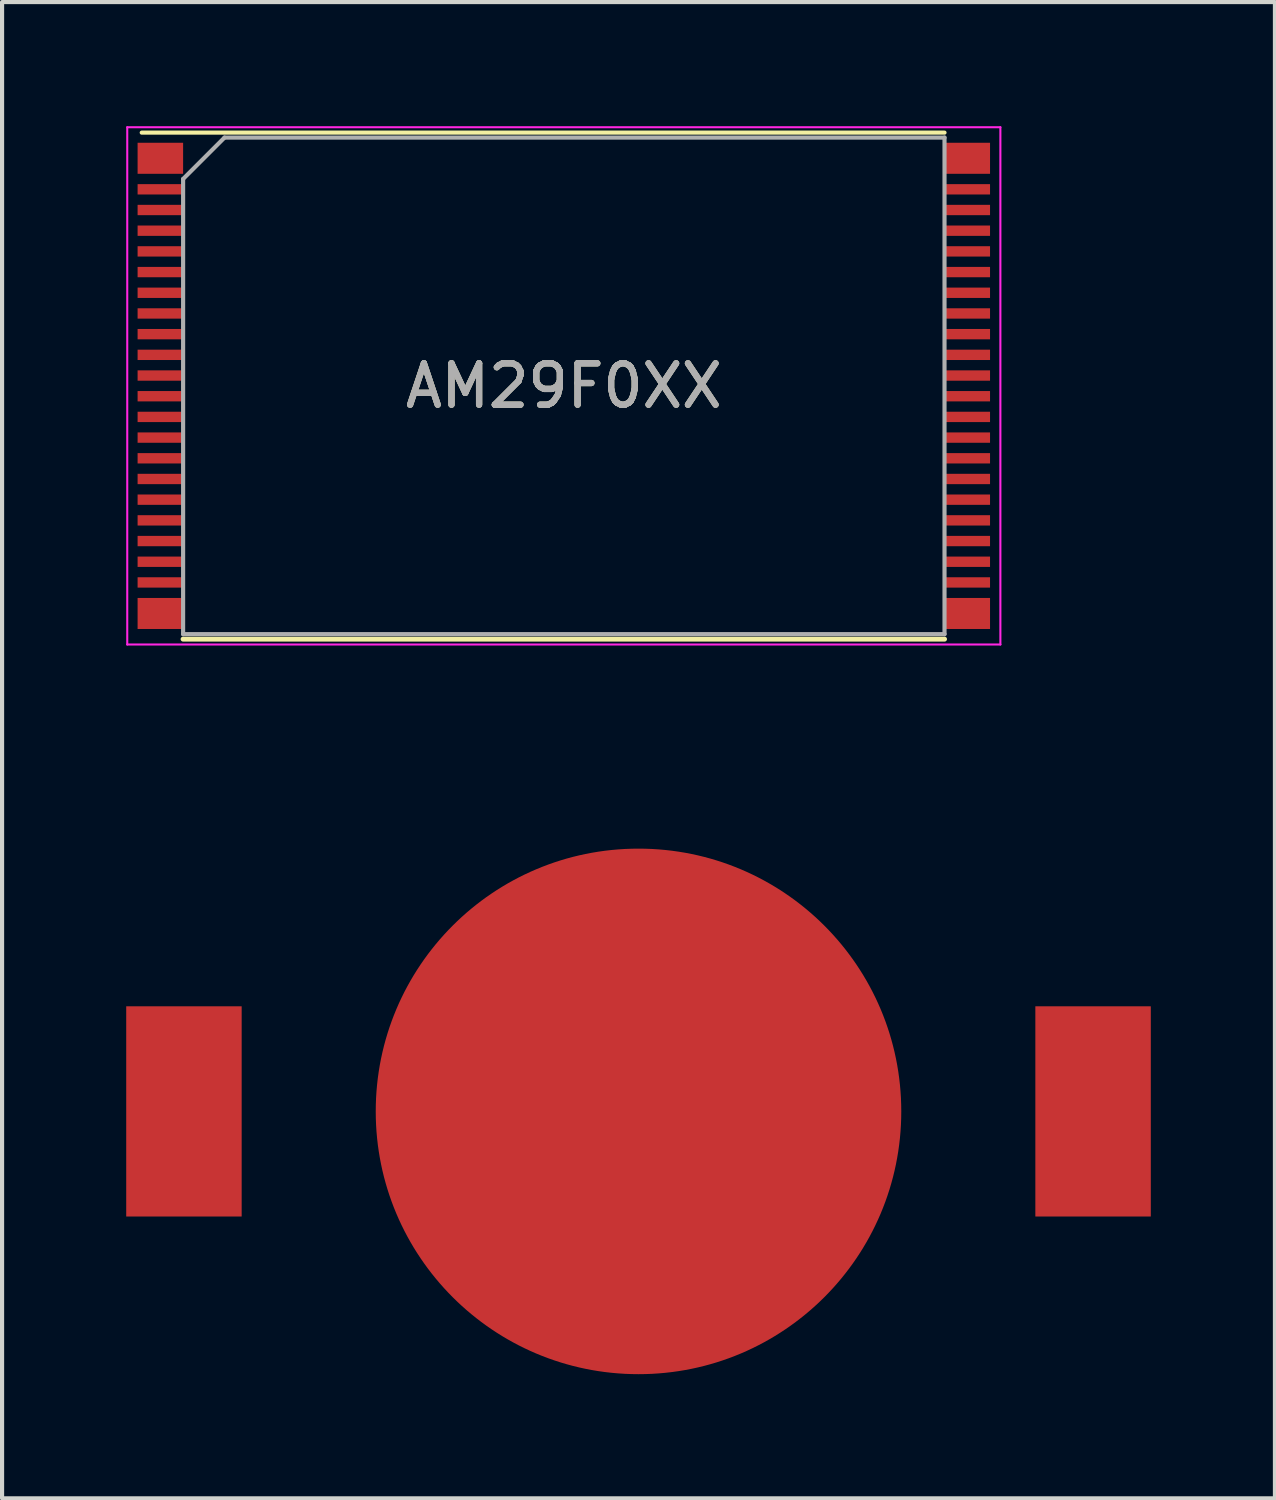
<source format=kicad_pcb>
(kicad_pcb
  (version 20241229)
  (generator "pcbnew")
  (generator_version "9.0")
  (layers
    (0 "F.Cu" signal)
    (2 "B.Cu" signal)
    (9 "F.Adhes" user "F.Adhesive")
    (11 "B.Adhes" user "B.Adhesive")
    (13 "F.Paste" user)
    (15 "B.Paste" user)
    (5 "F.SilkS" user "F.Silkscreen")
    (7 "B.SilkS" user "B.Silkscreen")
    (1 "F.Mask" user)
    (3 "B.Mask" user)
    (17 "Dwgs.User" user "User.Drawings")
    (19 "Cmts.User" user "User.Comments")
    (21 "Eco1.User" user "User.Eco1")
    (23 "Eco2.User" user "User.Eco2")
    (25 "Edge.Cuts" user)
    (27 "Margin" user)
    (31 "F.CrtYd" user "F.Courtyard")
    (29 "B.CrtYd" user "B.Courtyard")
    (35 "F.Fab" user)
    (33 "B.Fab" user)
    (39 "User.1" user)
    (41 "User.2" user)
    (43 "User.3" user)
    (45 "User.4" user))
  (footprint "AM29F0XX"
    (layer "F.Cu")
    (at 10.575 6.275)
    (property "Reference" "AM29F0XX" (at 0 -0.00028 180) (layer "F.SilkS") (effects (font (size 1 1) (thickness 0.15))))
    (attr smd)
    (fp_line (start -9.2 6.12) (end 9.2 6.12) (stroke (width 0.12) (type solid)) (layer "F.SilkS"))
    (fp_line (start 9.2 -6.12) (end -10.2 -6.12) (stroke (width 0.1) (type solid)) (layer "F.SilkS"))
    (fp_line (start -10.55 -6.25) (end 10.55 -6.25) (stroke (width 0.05) (type solid)) (layer "F.CrtYd"))
    (fp_line (start -10.55 6.25) (end -10.55 -6.25) (stroke (width 0.05) (type solid)) (layer "F.CrtYd"))
    (fp_line (start 10.55 -6.25) (end 10.55 6.25) (stroke (width 0.05) (type solid)) (layer "F.CrtYd"))
    (fp_line (start 10.55 6.25) (end -10.55 6.25) (stroke (width 0.05) (type solid)) (layer "F.CrtYd"))
    (fp_line (start -9.2 6) (end -9.2 -5) (stroke (width 0.1) (type solid)) (layer "F.Fab"))
    (fp_line (start -8.2 -6) (end -9.2 -5) (stroke (width 0.1) (type solid)) (layer "F.Fab"))
    (fp_line (start -8.2 -6) (end 9.2 -6) (stroke (width 0.1) (type solid)) (layer "F.Fab"))
    (fp_line (start 9.2 -6) (end 9.2 6) (stroke (width 0.1) (type solid)) (layer "F.Fab"))
    (fp_line (start 9.2 6) (end -9.2 6) (stroke (width 0.1) (type solid)) (layer "F.Fab"))
    (fp_text user "${REFERENCE}" (at 0 0 180) (layer "F.Fab") (effects (font (size 1 1) (thickness 0.15))))
    (fp_text user "AM29F0XX" (at 0 0 180) (layer "F.Fab") (effects (font (size 1 1) (thickness 0.15))))
    (pad "1 | 2" smd rect (at -9.75 -5.5) (size 1.1 0.75) (layers "F.Cu" "F.Mask" "F.Paste"))
    (pad "3" smd rect (at -9.75 -4.75) (size 1.1 0.25) (layers "F.Cu" "F.Mask" "F.Paste"))
    (pad "4" smd rect (at -9.75 -4.25) (size 1.1 0.25) (layers "F.Cu" "F.Mask" "F.Paste"))
    (pad "5" smd rect (at -9.75 -3.75) (size 1.1 0.25) (layers "F.Cu" "F.Mask" "F.Paste"))
    (pad "6" smd rect (at -9.75 -3.25) (size 1.1 0.25) (layers "F.Cu" "F.Mask" "F.Paste"))
    (pad "7" smd rect (at -9.75 -2.75) (size 1.1 0.25) (layers "F.Cu" "F.Mask" "F.Paste"))
    (pad "8" smd rect (at -9.75 -2.25) (size 1.1 0.25) (layers "F.Cu" "F.Mask" "F.Paste"))
    (pad "9" smd rect (at -9.75 -1.75) (size 1.1 0.25) (layers "F.Cu" "F.Mask" "F.Paste"))
    (pad "10" smd rect (at -9.75 -1.25) (size 1.1 0.25) (layers "F.Cu" "F.Mask" "F.Paste"))
    (pad "11" smd rect (at -9.75 -0.75) (size 1.1 0.25) (layers "F.Cu" "F.Mask" "F.Paste"))
    (pad "12" smd rect (at -9.75 -0.25) (size 1.1 0.25) (layers "F.Cu" "F.Mask" "F.Paste"))
    (pad "13" smd rect (at -9.75 0.25) (size 1.1 0.25) (layers "F.Cu" "F.Mask" "F.Paste"))
    (pad "14" smd rect (at -9.75 0.75) (size 1.1 0.25) (layers "F.Cu" "F.Mask" "F.Paste"))
    (pad "15" smd rect (at -9.75 1.25) (size 1.1 0.25) (layers "F.Cu" "F.Mask" "F.Paste"))
    (pad "16" smd rect (at -9.75 1.75) (size 1.1 0.25) (layers "F.Cu" "F.Mask" "F.Paste"))
    (pad "17" smd rect (at -9.75 2.25) (size 1.1 0.25) (layers "F.Cu" "F.Mask" "F.Paste"))
    (pad "18" smd rect (at -9.75 2.75) (size 1.1 0.25) (layers "F.Cu" "F.Mask" "F.Paste"))
    (pad "19" smd rect (at -9.75 3.25) (size 1.1 0.25) (layers "F.Cu" "F.Mask" "F.Paste"))
    (pad "20" smd rect (at -9.75 3.75) (size 1.1 0.25) (layers "F.Cu" "F.Mask" "F.Paste"))
    (pad "21" smd rect (at -9.75 4.25) (size 1.1 0.25) (layers "F.Cu" "F.Mask" "F.Paste"))
    (pad "22" smd rect (at -9.75 4.75) (size 1.1 0.25) (layers "F.Cu" "F.Mask" "F.Paste"))
    (pad "23 | 24" smd rect (at -9.75 5.5) (size 1.1 0.75) (layers "F.Cu" "F.Mask" "F.Paste"))
    (pad "25 | 26" smd rect (at 9.75 5.5) (size 1.1 0.75) (layers "F.Cu" "F.Mask" "F.Paste"))
    (pad "27" smd rect (at 9.75 4.75) (size 1.1 0.25) (layers "F.Cu" "F.Mask" "F.Paste"))
    (pad "28" smd rect (at 9.75 4.25) (size 1.1 0.25) (layers "F.Cu" "F.Mask" "F.Paste"))
    (pad "29" smd rect (at 9.75 3.75) (size 1.1 0.25) (layers "F.Cu" "F.Mask" "F.Paste"))
    (pad "30" smd rect (at 9.75 3.25) (size 1.1 0.25) (layers "F.Cu" "F.Mask" "F.Paste"))
    (pad "31" smd rect (at 9.75 2.75) (size 1.1 0.25) (layers "F.Cu" "F.Mask" "F.Paste"))
    (pad "32" smd rect (at 9.75 2.25) (size 1.1 0.25) (layers "F.Cu" "F.Mask" "F.Paste"))
    (pad "33" smd rect (at 9.75 1.75) (size 1.1 0.25) (layers "F.Cu" "F.Mask" "F.Paste"))
    (pad "34" smd rect (at 9.75 1.25) (size 1.1 0.25) (layers "F.Cu" "F.Mask" "F.Paste"))
    (pad "35" smd rect (at 9.75 0.75) (size 1.1 0.25) (layers "F.Cu" "F.Mask" "F.Paste"))
    (pad "36" smd rect (at 9.75 0.25) (size 1.1 0.25) (layers "F.Cu" "F.Mask" "F.Paste"))
    (pad "37" smd rect (at 9.75 -0.25) (size 1.1 0.25) (layers "F.Cu" "F.Mask" "F.Paste"))
    (pad "38" smd rect (at 9.75 -0.75) (size 1.1 0.25) (layers "F.Cu" "F.Mask" "F.Paste"))
    (pad "39" smd rect (at 9.75 -1.25) (size 1.1 0.25) (layers "F.Cu" "F.Mask" "F.Paste"))
    (pad "40" smd rect (at 9.75 -1.75) (size 1.1 0.25) (layers "F.Cu" "F.Mask" "F.Paste"))
    (pad "41" smd rect (at 9.75 -2.25) (size 1.1 0.25) (layers "F.Cu" "F.Mask" "F.Paste"))
    (pad "42" smd rect (at 9.75 -2.75) (size 1.1 0.25) (layers "F.Cu" "F.Mask" "F.Paste"))
    (pad "43" smd rect (at 9.75 -3.25) (size 1.1 0.25) (layers "F.Cu" "F.Mask" "F.Paste"))
    (pad "44" smd rect (at 9.75 -3.75) (size 1.1 0.25) (layers "F.Cu" "F.Mask" "F.Paste"))
    (pad "45" smd rect (at 9.75 -4.25) (size 1.1 0.25) (layers "F.Cu" "F.Mask" "F.Paste"))
    (pad "46" smd rect (at 9.75 -4.75) (size 1.1 0.25) (layers "F.Cu" "F.Mask" "F.Paste"))
    (pad "47 | 48" smd rect (at 9.75 -5.5) (size 1.1 0.75) (layers "F.Cu" "F.Mask" "F.Paste")))
  (footprint "BK-6219-TR"
    (layer "F.Cu")
    (at 12.38 23.808)
    (property "Reference" "BK-6219-TR" (at 0 -7.41 0) (layer "F.Mask") (effects (font (size 1 1) (thickness 0.15))))
    (attr through_hole)
    (pad "1" smd rect (at -10.985 0) (size 2.79 5.08) (layers "F.Cu" "F.Mask" "F.Paste"))
    (pad "1" smd rect (at 10.985 0) (size 2.79 5.08) (layers "F.Cu" "F.Mask" "F.Paste"))
    (pad "2" smd circle (at 0 0) (size 12.7 12.7) (layers "F.Cu" "F.Mask" "F.Paste")))
  (gr_rect
    (start -3 -3)
    (end 27.76 33.158)
    (stroke (width 0.1) (type default))
    (fill no)
    (layer "Edge.Cuts")))
</source>
